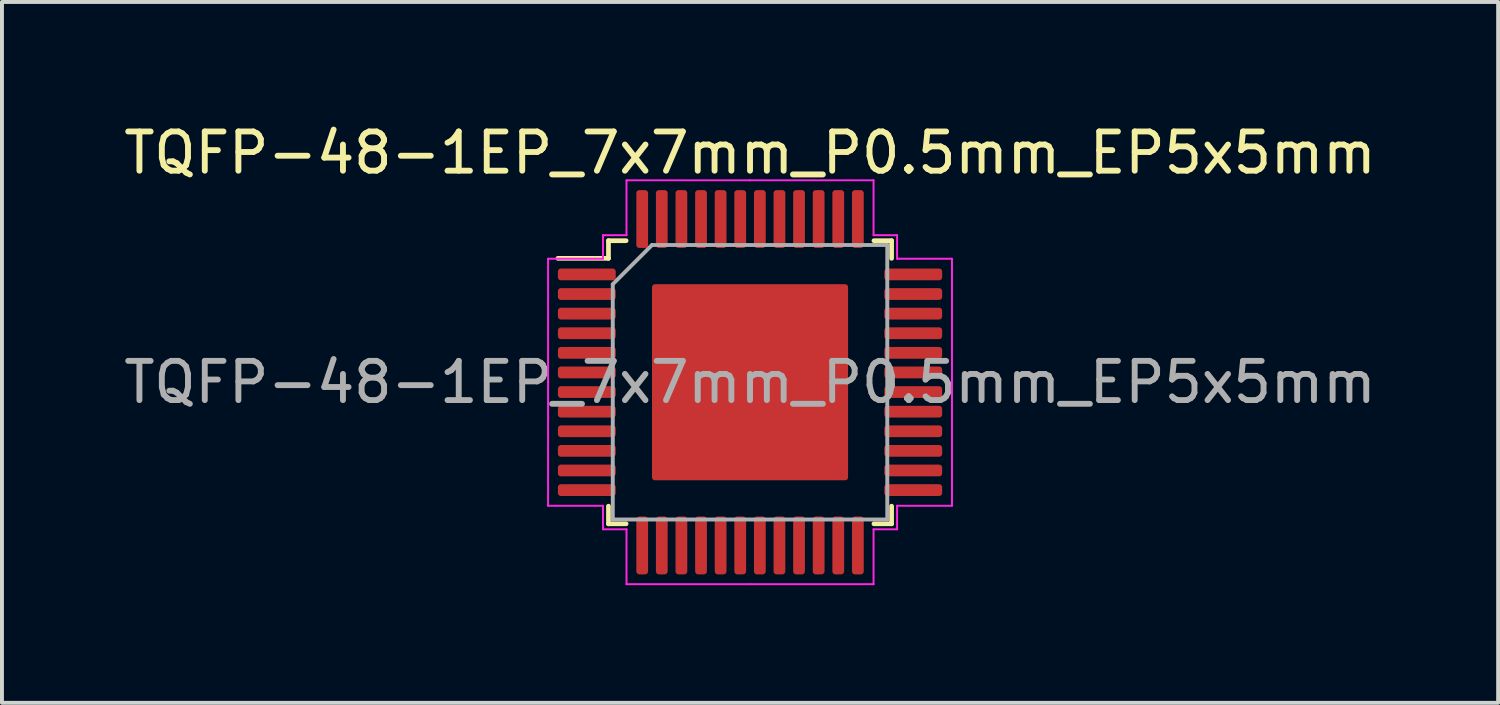
<source format=kicad_pcb>
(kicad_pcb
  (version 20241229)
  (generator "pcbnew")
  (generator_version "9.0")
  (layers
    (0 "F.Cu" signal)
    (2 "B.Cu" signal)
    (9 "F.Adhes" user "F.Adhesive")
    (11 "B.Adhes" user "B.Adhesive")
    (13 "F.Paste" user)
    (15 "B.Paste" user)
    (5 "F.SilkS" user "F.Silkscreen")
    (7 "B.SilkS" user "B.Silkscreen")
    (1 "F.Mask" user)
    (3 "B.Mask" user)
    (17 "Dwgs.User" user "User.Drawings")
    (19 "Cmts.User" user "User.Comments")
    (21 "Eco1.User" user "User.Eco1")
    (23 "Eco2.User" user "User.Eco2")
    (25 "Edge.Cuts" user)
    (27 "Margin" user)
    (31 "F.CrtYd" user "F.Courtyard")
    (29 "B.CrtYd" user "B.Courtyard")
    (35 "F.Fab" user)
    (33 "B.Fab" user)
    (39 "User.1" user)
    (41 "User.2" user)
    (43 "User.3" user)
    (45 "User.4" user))
  (footprint "TQFP-48-1EP_7x7mm_P0.5mm_EP5x5mm"
    (layer "F.Cu")
    (at 16.077 6.698)
    (property "Reference" "TQFP-48-1EP_7x7mm_P0.5mm_EP5x5mm" (at 0 -5.85 0) (layer "F.SilkS") (effects (font (size 1 1) (thickness 0.15))))
    (attr smd)
    (fp_line (start -3.61 -3.61) (end -3.61 -3.16) (stroke (width 0.12) (type solid)) (layer "F.SilkS"))
    (fp_line (start -3.61 -3.16) (end -4.9 -3.16) (stroke (width 0.12) (type solid)) (layer "F.SilkS"))
    (fp_line (start -3.61 3.61) (end -3.61 3.16) (stroke (width 0.12) (type solid)) (layer "F.SilkS"))
    (fp_line (start -3.16 -3.61) (end -3.61 -3.61) (stroke (width 0.12) (type solid)) (layer "F.SilkS"))
    (fp_line (start -3.16 3.61) (end -3.61 3.61) (stroke (width 0.12) (type solid)) (layer "F.SilkS"))
    (fp_line (start 3.16 -3.61) (end 3.61 -3.61) (stroke (width 0.12) (type solid)) (layer "F.SilkS"))
    (fp_line (start 3.16 3.61) (end 3.61 3.61) (stroke (width 0.12) (type solid)) (layer "F.SilkS"))
    (fp_line (start 3.61 -3.61) (end 3.61 -3.16) (stroke (width 0.12) (type solid)) (layer "F.SilkS"))
    (fp_line (start 3.61 3.61) (end 3.61 3.16) (stroke (width 0.12) (type solid)) (layer "F.SilkS"))
    (fp_line (start -5.15 -3.15) (end -5.15 0) (stroke (width 0.05) (type solid)) (layer "F.CrtYd"))
    (fp_line (start -5.15 3.15) (end -5.15 0) (stroke (width 0.05) (type solid)) (layer "F.CrtYd"))
    (fp_line (start -3.75 -3.75) (end -3.75 -3.15) (stroke (width 0.05) (type solid)) (layer "F.CrtYd"))
    (fp_line (start -3.75 -3.15) (end -5.15 -3.15) (stroke (width 0.05) (type solid)) (layer "F.CrtYd"))
    (fp_line (start -3.75 3.15) (end -5.15 3.15) (stroke (width 0.05) (type solid)) (layer "F.CrtYd"))
    (fp_line (start -3.75 3.75) (end -3.75 3.15) (stroke (width 0.05) (type solid)) (layer "F.CrtYd"))
    (fp_line (start -3.15 -5.15) (end -3.15 -3.75) (stroke (width 0.05) (type solid)) (layer "F.CrtYd"))
    (fp_line (start -3.15 -3.75) (end -3.75 -3.75) (stroke (width 0.05) (type solid)) (layer "F.CrtYd"))
    (fp_line (start -3.15 3.75) (end -3.75 3.75) (stroke (width 0.05) (type solid)) (layer "F.CrtYd"))
    (fp_line (start -3.15 5.15) (end -3.15 3.75) (stroke (width 0.05) (type solid)) (layer "F.CrtYd"))
    (fp_line (start 0 -5.15) (end -3.15 -5.15) (stroke (width 0.05) (type solid)) (layer "F.CrtYd"))
    (fp_line (start 0 -5.15) (end 3.15 -5.15) (stroke (width 0.05) (type solid)) (layer "F.CrtYd"))
    (fp_line (start 0 5.15) (end -3.15 5.15) (stroke (width 0.05) (type solid)) (layer "F.CrtYd"))
    (fp_line (start 0 5.15) (end 3.15 5.15) (stroke (width 0.05) (type solid)) (layer "F.CrtYd"))
    (fp_line (start 3.15 -5.15) (end 3.15 -3.75) (stroke (width 0.05) (type solid)) (layer "F.CrtYd"))
    (fp_line (start 3.15 -3.75) (end 3.75 -3.75) (stroke (width 0.05) (type solid)) (layer "F.CrtYd"))
    (fp_line (start 3.15 3.75) (end 3.75 3.75) (stroke (width 0.05) (type solid)) (layer "F.CrtYd"))
    (fp_line (start 3.15 5.15) (end 3.15 3.75) (stroke (width 0.05) (type solid)) (layer "F.CrtYd"))
    (fp_line (start 3.75 -3.75) (end 3.75 -3.15) (stroke (width 0.05) (type solid)) (layer "F.CrtYd"))
    (fp_line (start 3.75 -3.15) (end 5.15 -3.15) (stroke (width 0.05) (type solid)) (layer "F.CrtYd"))
    (fp_line (start 3.75 3.15) (end 5.15 3.15) (stroke (width 0.05) (type solid)) (layer "F.CrtYd"))
    (fp_line (start 3.75 3.75) (end 3.75 3.15) (stroke (width 0.05) (type solid)) (layer "F.CrtYd"))
    (fp_line (start 5.15 -3.15) (end 5.15 0) (stroke (width 0.05) (type solid)) (layer "F.CrtYd"))
    (fp_line (start 5.15 3.15) (end 5.15 0) (stroke (width 0.05) (type solid)) (layer "F.CrtYd"))
    (fp_line (start -3.5 -2.5) (end -2.5 -3.5) (stroke (width 0.1) (type solid)) (layer "F.Fab"))
    (fp_line (start -3.5 3.5) (end -3.5 -2.5) (stroke (width 0.1) (type solid)) (layer "F.Fab"))
    (fp_line (start -2.5 -3.5) (end 3.5 -3.5) (stroke (width 0.1) (type solid)) (layer "F.Fab"))
    (fp_line (start 3.5 -3.5) (end 3.5 3.5) (stroke (width 0.1) (type solid)) (layer "F.Fab"))
    (fp_line (start 3.5 3.5) (end -3.5 3.5) (stroke (width 0.1) (type solid)) (layer "F.Fab"))
    (fp_text user "${REFERENCE}" (at 0 0 0) (layer "F.Fab") (effects (font (size 1 1) (thickness 0.15))))
    (pad "" smd roundrect (at -1.875 -1.875) (size 1.01 1.01) (layers "F.Paste") (roundrect_rratio 0.248))
    (pad "" smd roundrect (at -1.875 -0.625) (size 1.01 1.01) (layers "F.Paste") (roundrect_rratio 0.248))
    (pad "" smd roundrect (at -1.875 0.625) (size 1.01 1.01) (layers "F.Paste") (roundrect_rratio 0.248))
    (pad "" smd roundrect (at -1.875 1.875) (size 1.01 1.01) (layers "F.Paste") (roundrect_rratio 0.248))
    (pad "" smd roundrect (at -0.625 -1.875) (size 1.01 1.01) (layers "F.Paste") (roundrect_rratio 0.248))
    (pad "" smd roundrect (at -0.625 -0.625) (size 1.01 1.01) (layers "F.Paste") (roundrect_rratio 0.248))
    (pad "" smd roundrect (at -0.625 0.625) (size 1.01 1.01) (layers "F.Paste") (roundrect_rratio 0.248))
    (pad "" smd roundrect (at -0.625 1.875) (size 1.01 1.01) (layers "F.Paste") (roundrect_rratio 0.248))
    (pad "" smd roundrect (at 0.625 -1.875) (size 1.01 1.01) (layers "F.Paste") (roundrect_rratio 0.248))
    (pad "" smd roundrect (at 0.625 -0.625) (size 1.01 1.01) (layers "F.Paste") (roundrect_rratio 0.248))
    (pad "" smd roundrect (at 0.625 0.625) (size 1.01 1.01) (layers "F.Paste") (roundrect_rratio 0.248))
    (pad "" smd roundrect (at 0.625 1.875) (size 1.01 1.01) (layers "F.Paste") (roundrect_rratio 0.248))
    (pad "" smd roundrect (at 1.875 -1.875) (size 1.01 1.01) (layers "F.Paste") (roundrect_rratio 0.248))
    (pad "" smd roundrect (at 1.875 -0.625) (size 1.01 1.01) (layers "F.Paste") (roundrect_rratio 0.248))
    (pad "" smd roundrect (at 1.875 0.625) (size 1.01 1.01) (layers "F.Paste") (roundrect_rratio 0.248))
    (pad "" smd roundrect (at 1.875 1.875) (size 1.01 1.01) (layers "F.Paste") (roundrect_rratio 0.248))
    (pad "1" smd roundrect (at -4.162 -2.75) (size 1.475 0.3) (layers "F.Cu" "F.Mask" "F.Paste") (roundrect_rratio 0.25))
    (pad "2" smd roundrect (at -4.162 -2.25) (size 1.475 0.3) (layers "F.Cu" "F.Mask" "F.Paste") (roundrect_rratio 0.25))
    (pad "3" smd roundrect (at -4.162 -1.75) (size 1.475 0.3) (layers "F.Cu" "F.Mask" "F.Paste") (roundrect_rratio 0.25))
    (pad "4" smd roundrect (at -4.162 -1.25) (size 1.475 0.3) (layers "F.Cu" "F.Mask" "F.Paste") (roundrect_rratio 0.25))
    (pad "5" smd roundrect (at -4.162 -0.75) (size 1.475 0.3) (layers "F.Cu" "F.Mask" "F.Paste") (roundrect_rratio 0.25))
    (pad "6" smd roundrect (at -4.162 -0.25) (size 1.475 0.3) (layers "F.Cu" "F.Mask" "F.Paste") (roundrect_rratio 0.25))
    (pad "7" smd roundrect (at -4.162 0.25) (size 1.475 0.3) (layers "F.Cu" "F.Mask" "F.Paste") (roundrect_rratio 0.25))
    (pad "8" smd roundrect (at -4.162 0.75) (size 1.475 0.3) (layers "F.Cu" "F.Mask" "F.Paste") (roundrect_rratio 0.25))
    (pad "9" smd roundrect (at -4.162 1.25) (size 1.475 0.3) (layers "F.Cu" "F.Mask" "F.Paste") (roundrect_rratio 0.25))
    (pad "10" smd roundrect (at -4.162 1.75) (size 1.475 0.3) (layers "F.Cu" "F.Mask" "F.Paste") (roundrect_rratio 0.25))
    (pad "11" smd roundrect (at -4.162 2.25) (size 1.475 0.3) (layers "F.Cu" "F.Mask" "F.Paste") (roundrect_rratio 0.25))
    (pad "12" smd roundrect (at -4.162 2.75) (size 1.475 0.3) (layers "F.Cu" "F.Mask" "F.Paste") (roundrect_rratio 0.25))
    (pad "13" smd roundrect (at -2.75 4.162) (size 0.3 1.475) (layers "F.Cu" "F.Mask" "F.Paste") (roundrect_rratio 0.25))
    (pad "14" smd roundrect (at -2.25 4.162) (size 0.3 1.475) (layers "F.Cu" "F.Mask" "F.Paste") (roundrect_rratio 0.25))
    (pad "15" smd roundrect (at -1.75 4.162) (size 0.3 1.475) (layers "F.Cu" "F.Mask" "F.Paste") (roundrect_rratio 0.25))
    (pad "16" smd roundrect (at -1.25 4.162) (size 0.3 1.475) (layers "F.Cu" "F.Mask" "F.Paste") (roundrect_rratio 0.25))
    (pad "17" smd roundrect (at -0.75 4.162) (size 0.3 1.475) (layers "F.Cu" "F.Mask" "F.Paste") (roundrect_rratio 0.25))
    (pad "18" smd roundrect (at -0.25 4.162) (size 0.3 1.475) (layers "F.Cu" "F.Mask" "F.Paste") (roundrect_rratio 0.25))
    (pad "19" smd roundrect (at 0.25 4.162) (size 0.3 1.475) (layers "F.Cu" "F.Mask" "F.Paste") (roundrect_rratio 0.25))
    (pad "20" smd roundrect (at 0.75 4.162) (size 0.3 1.475) (layers "F.Cu" "F.Mask" "F.Paste") (roundrect_rratio 0.25))
    (pad "21" smd roundrect (at 1.25 4.162) (size 0.3 1.475) (layers "F.Cu" "F.Mask" "F.Paste") (roundrect_rratio 0.25))
    (pad "22" smd roundrect (at 1.75 4.162) (size 0.3 1.475) (layers "F.Cu" "F.Mask" "F.Paste") (roundrect_rratio 0.25))
    (pad "23" smd roundrect (at 2.25 4.162) (size 0.3 1.475) (layers "F.Cu" "F.Mask" "F.Paste") (roundrect_rratio 0.25))
    (pad "24" smd roundrect (at 2.75 4.162) (size 0.3 1.475) (layers "F.Cu" "F.Mask" "F.Paste") (roundrect_rratio 0.25))
    (pad "25" smd roundrect (at 4.162 2.75) (size 1.475 0.3) (layers "F.Cu" "F.Mask" "F.Paste") (roundrect_rratio 0.25))
    (pad "26" smd roundrect (at 4.162 2.25) (size 1.475 0.3) (layers "F.Cu" "F.Mask" "F.Paste") (roundrect_rratio 0.25))
    (pad "27" smd roundrect (at 4.162 1.75) (size 1.475 0.3) (layers "F.Cu" "F.Mask" "F.Paste") (roundrect_rratio 0.25))
    (pad "28" smd roundrect (at 4.162 1.25) (size 1.475 0.3) (layers "F.Cu" "F.Mask" "F.Paste") (roundrect_rratio 0.25))
    (pad "29" smd roundrect (at 4.162 0.75) (size 1.475 0.3) (layers "F.Cu" "F.Mask" "F.Paste") (roundrect_rratio 0.25))
    (pad "30" smd roundrect (at 4.162 0.25) (size 1.475 0.3) (layers "F.Cu" "F.Mask" "F.Paste") (roundrect_rratio 0.25))
    (pad "31" smd roundrect (at 4.162 -0.25) (size 1.475 0.3) (layers "F.Cu" "F.Mask" "F.Paste") (roundrect_rratio 0.25))
    (pad "32" smd roundrect (at 4.162 -0.75) (size 1.475 0.3) (layers "F.Cu" "F.Mask" "F.Paste") (roundrect_rratio 0.25))
    (pad "33" smd roundrect (at 4.162 -1.25) (size 1.475 0.3) (layers "F.Cu" "F.Mask" "F.Paste") (roundrect_rratio 0.25))
    (pad "34" smd roundrect (at 4.162 -1.75) (size 1.475 0.3) (layers "F.Cu" "F.Mask" "F.Paste") (roundrect_rratio 0.25))
    (pad "35" smd roundrect (at 4.162 -2.25) (size 1.475 0.3) (layers "F.Cu" "F.Mask" "F.Paste") (roundrect_rratio 0.25))
    (pad "36" smd roundrect (at 4.162 -2.75) (size 1.475 0.3) (layers "F.Cu" "F.Mask" "F.Paste") (roundrect_rratio 0.25))
    (pad "37" smd roundrect (at 2.75 -4.162) (size 0.3 1.475) (layers "F.Cu" "F.Mask" "F.Paste") (roundrect_rratio 0.25))
    (pad "38" smd roundrect (at 2.25 -4.162) (size 0.3 1.475) (layers "F.Cu" "F.Mask" "F.Paste") (roundrect_rratio 0.25))
    (pad "39" smd roundrect (at 1.75 -4.162) (size 0.3 1.475) (layers "F.Cu" "F.Mask" "F.Paste") (roundrect_rratio 0.25))
    (pad "40" smd roundrect (at 1.25 -4.162) (size 0.3 1.475) (layers "F.Cu" "F.Mask" "F.Paste") (roundrect_rratio 0.25))
    (pad "41" smd roundrect (at 0.75 -4.162) (size 0.3 1.475) (layers "F.Cu" "F.Mask" "F.Paste") (roundrect_rratio 0.25))
    (pad "42" smd roundrect (at 0.25 -4.162) (size 0.3 1.475) (layers "F.Cu" "F.Mask" "F.Paste") (roundrect_rratio 0.25))
    (pad "43" smd roundrect (at -0.25 -4.162) (size 0.3 1.475) (layers "F.Cu" "F.Mask" "F.Paste") (roundrect_rratio 0.25))
    (pad "44" smd roundrect (at -0.75 -4.162) (size 0.3 1.475) (layers "F.Cu" "F.Mask" "F.Paste") (roundrect_rratio 0.25))
    (pad "45" smd roundrect (at -1.25 -4.162) (size 0.3 1.475) (layers "F.Cu" "F.Mask" "F.Paste") (roundrect_rratio 0.25))
    (pad "46" smd roundrect (at -1.75 -4.162) (size 0.3 1.475) (layers "F.Cu" "F.Mask" "F.Paste") (roundrect_rratio 0.25))
    (pad "47" smd roundrect (at -2.25 -4.162) (size 0.3 1.475) (layers "F.Cu" "F.Mask" "F.Paste") (roundrect_rratio 0.25))
    (pad "48" smd roundrect (at -2.75 -4.162) (size 0.3 1.475) (layers "F.Cu" "F.Mask" "F.Paste") (roundrect_rratio 0.25))
    (pad "49" smd roundrect (at 0 0) (size 5 5) (layers "F.Cu" "F.Mask") (roundrect_rratio 0.015)))
  (gr_rect
    (start -3 -3)
    (end 35.155 14.873)
    (stroke (width 0.1) (type default))
    (fill no)
    (layer "Edge.Cuts")))
</source>
